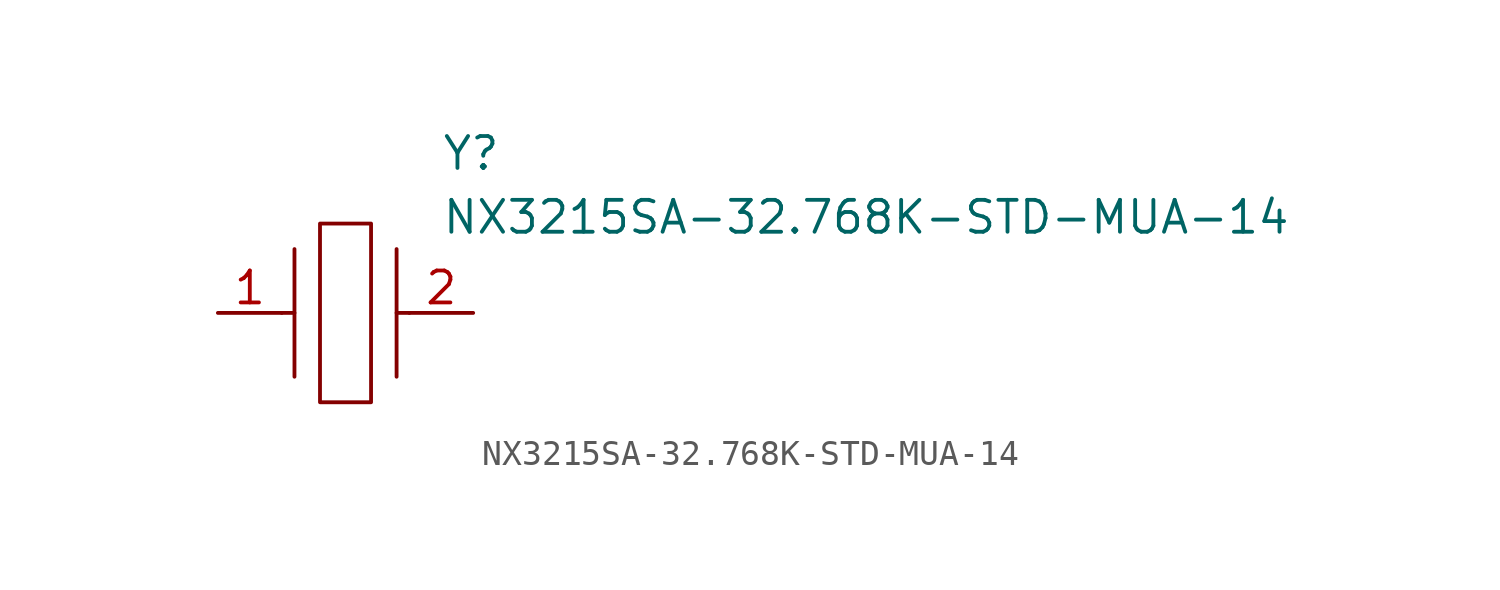
<source format=kicad_sym>
(kicad_symbol_lib
  (version 20211014)
  (generator kicad_symbol_editor)
  (symbol "NX3215SA-32.768K-STD-MUA-14"
    (pin_names
      (offset 0.762))
    (property "Reference" "Y"
      (at 8.89 6.35 0)
      (effects (font (size 1.27 1.27)) (justify left)))
    (property "Value" "NX3215SA-32.768K-STD-MUA-14"
      (at 8.89 3.81 0)
      (effects (font (size 1.27 1.27)) (justify left)))
    (symbol "NX3215SA-32.768K-STD-MUA-14_0_0"
      (pin passive line (at 0 0 0) (length 2.54) (name "~" (effects (font (size 1.27 1.27)))) (number "1" (effects (font (size 1.27 1.27)))))
      (pin passive line (at 10.16 0 180) (length 2.54) (name "~" (effects (font (size 1.27 1.27)))) (number "2" (effects (font (size 1.27 1.27))))))
    (symbol "NX3215SA-32.768K-STD-MUA-14_0_1"
      (polyline (pts (xy 3.048 0) (xy 2.54 0)) (stroke (width 0.152) (type default) (color 0 0 0 0)) (fill (type none)))
      (polyline (pts (xy 3.048 2.54) (xy 3.048 -2.54)) (stroke (width 0.152) (type default) (color 0 0 0 0)) (fill (type none)))
      (polyline (pts (xy 7.112 0) (xy 7.62 0)) (stroke (width 0.152) (type default) (color 0 0 0 0)) (fill (type none)))
      (polyline (pts (xy 7.112 2.54) (xy 7.112 -2.54)) (stroke (width 0.152) (type default) (color 0 0 0 0)) (fill (type none)))
      (polyline (pts (xy 4.064 3.556) (xy 4.064 -3.556) (xy 6.096 -3.556) (xy 6.096 3.556) (xy 4.064 3.556)) (stroke (width 0.152) (type default) (color 0 0 0 0)) (fill (type none))))))
</source>
